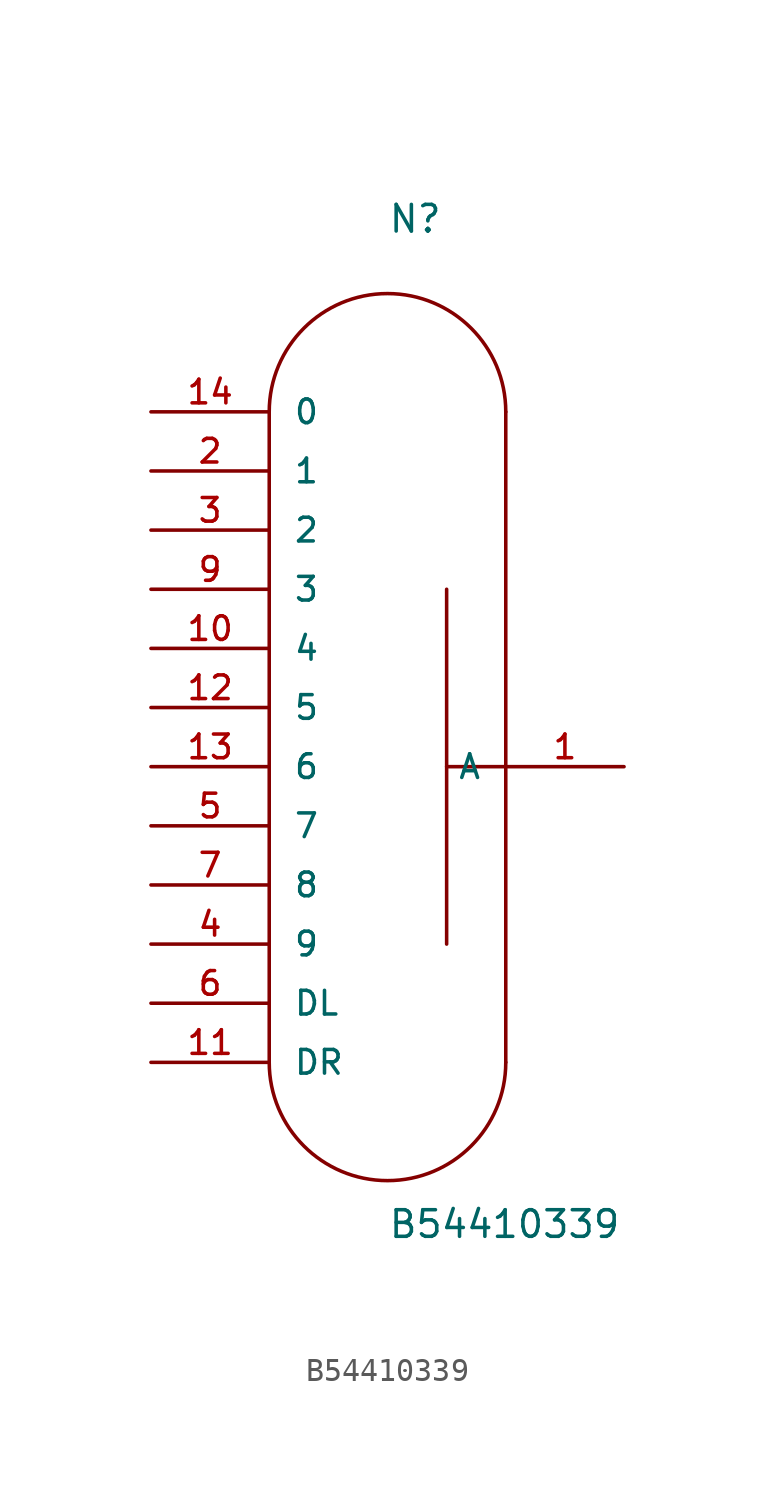
<source format=kicad_sym>
(kicad_symbol_lib
  (version 20241209)
  (generator "kicad_symbol_editor")
  (generator_version "9.0")
  (symbol "B54410339"
    (pin_names
      (offset 1.016))
    (property "Reference" "N"
      (at 0 22.86 0)
      (effects (font (size 1.143 1.143)) (justify left bottom)))
    (property "Value" "B54410339"
      (at 0 -20.32 0)
      (effects (font (size 1.143 1.143)) (justify left bottom)))
    (property "ki_locked" ""
      (at 0 0 0)
      (effects (font (size 1.27 1.27))))
    (symbol "B54410339_1_0"
      (polyline (pts (xy -5.08 15.24) (xy -5.08 -12.7)) (stroke (width 0) (type default)) (fill (type none)))
      (polyline (pts (xy 2.54 -7.62) (xy 2.54 7.62)) (stroke (width 0) (type default)) (fill (type none)))
      (polyline (pts (xy 5.08 15.24) (xy 5.08 -12.7)) (stroke (width 0) (type default)) (fill (type none)))
      (polyline (pts (xy 5.08 0) (xy 2.54 0)) (stroke (width 0) (type default)) (fill (type none))))
    (symbol "B54410339_1_1"
      (arc (start -5.08 15.24) (mid 0 20.2978) (end 5.08 15.24) (stroke (width 0) (type default)) (fill (type none)))
      (arc (start 5.08 -12.7) (mid 0 -17.7578) (end -5.08 -12.7) (stroke (width 0) (type default)) (fill (type none)))
      (pin passive line (at -10.16 15.24 0) (length 5.08) (name "0" (effects (font (size 1.016 1.016)))) (number "14" (effects (font (size 1.016 1.016)))))
      (pin passive line (at -10.16 12.7 0) (length 5.08) (name "1" (effects (font (size 1.016 1.016)))) (number "2" (effects (font (size 1.016 1.016)))))
      (pin passive line (at -10.16 10.16 0) (length 5.08) (name "2" (effects (font (size 1.016 1.016)))) (number "3" (effects (font (size 1.016 1.016)))))
      (pin passive line (at -10.16 7.62 0) (length 5.08) (name "3" (effects (font (size 1.016 1.016)))) (number "9" (effects (font (size 1.016 1.016)))))
      (pin passive line (at -10.16 5.08 0) (length 5.08) (name "4" (effects (font (size 1.016 1.016)))) (number "10" (effects (font (size 1.016 1.016)))))
      (pin passive line (at -10.16 2.54 0) (length 5.08) (name "5" (effects (font (size 1.016 1.016)))) (number "12" (effects (font (size 1.016 1.016)))))
      (pin passive line (at -10.16 0 0) (length 5.08) (name "6" (effects (font (size 1.016 1.016)))) (number "13" (effects (font (size 1.016 1.016)))))
      (pin passive line (at -10.16 -2.54 0) (length 5.08) (name "7" (effects (font (size 1.016 1.016)))) (number "5" (effects (font (size 1.016 1.016)))))
      (pin passive line (at -10.16 -5.08 0) (length 5.08) (name "8" (effects (font (size 1.016 1.016)))) (number "7" (effects (font (size 1.016 1.016)))))
      (pin passive line (at -10.16 -7.62 0) (length 5.08) (name "9" (effects (font (size 1.016 1.016)))) (number "4" (effects (font (size 1.016 1.016)))))
      (pin passive line (at -10.16 -10.16 0) (length 5.08) (name "DL" (effects (font (size 1.016 1.016)))) (number "6" (effects (font (size 1.016 1.016)))))
      (pin passive line (at -10.16 -12.7 0) (length 5.08) (name "DR" (effects (font (size 1.016 1.016)))) (number "11" (effects (font (size 1.016 1.016)))))
      (pin passive line (at 10.16 0 180) (length 5.08) (name "A" (effects (font (size 1.016 1.016)))) (number "1" (effects (font (size 1.016 1.016))))))))
</source>
